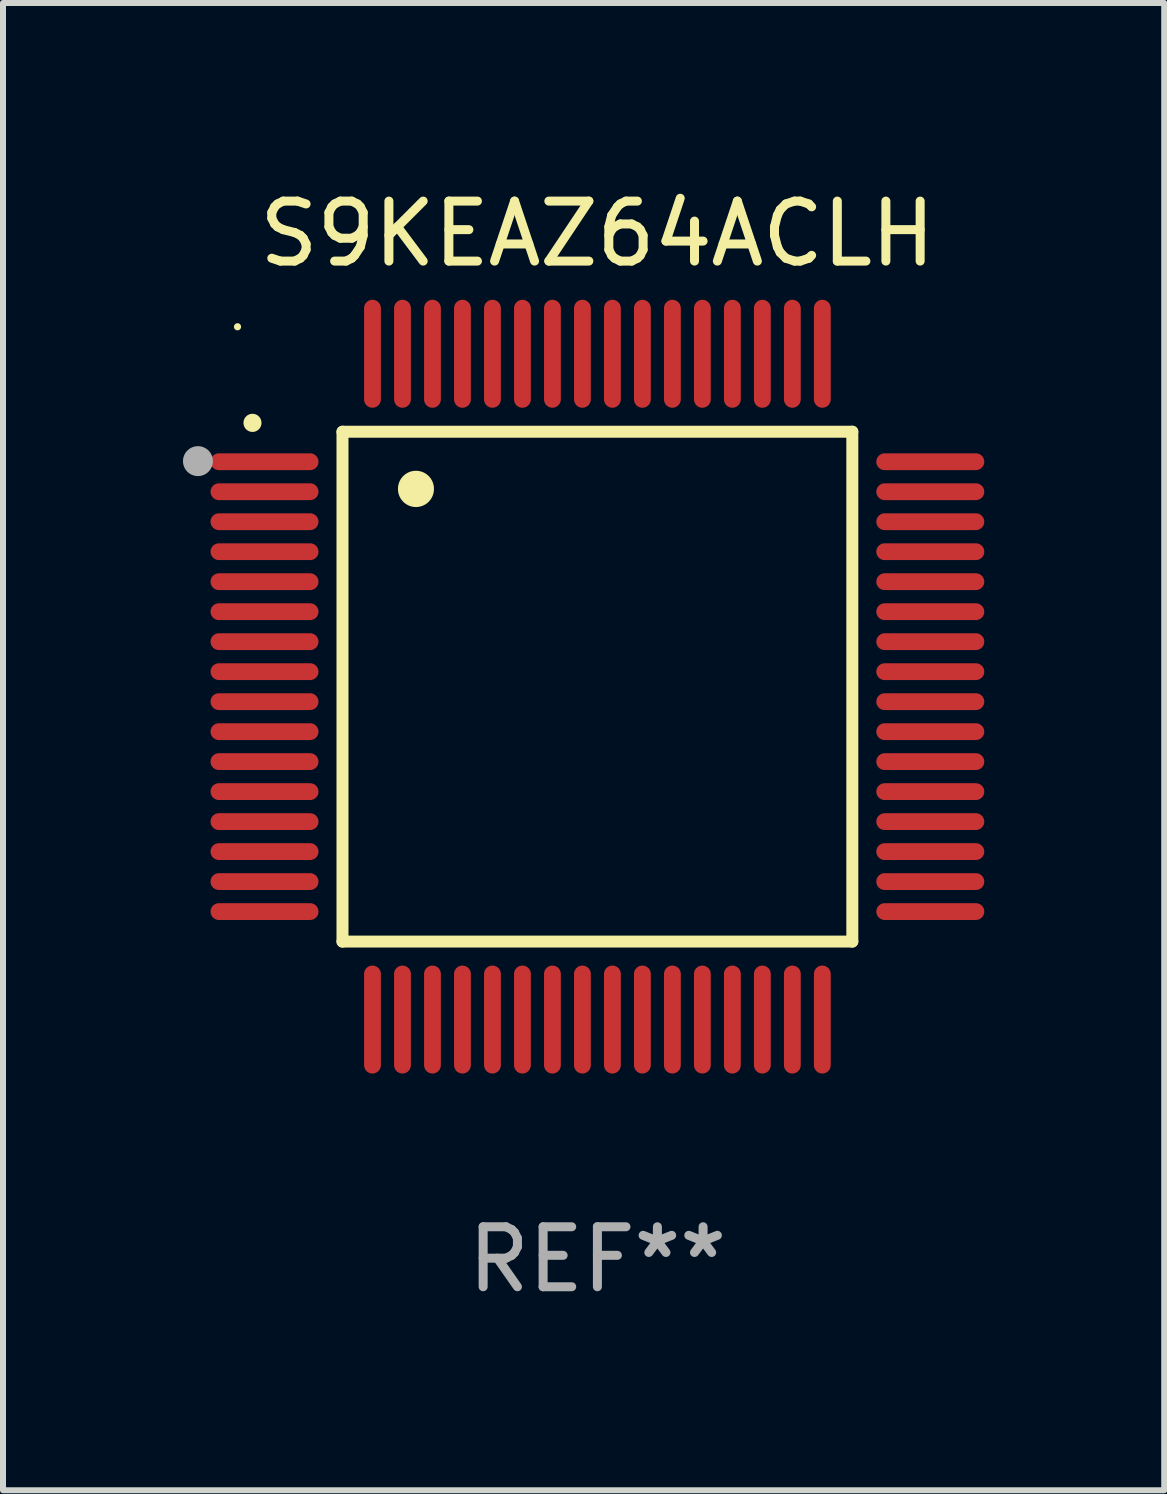
<source format=kicad_pcb>
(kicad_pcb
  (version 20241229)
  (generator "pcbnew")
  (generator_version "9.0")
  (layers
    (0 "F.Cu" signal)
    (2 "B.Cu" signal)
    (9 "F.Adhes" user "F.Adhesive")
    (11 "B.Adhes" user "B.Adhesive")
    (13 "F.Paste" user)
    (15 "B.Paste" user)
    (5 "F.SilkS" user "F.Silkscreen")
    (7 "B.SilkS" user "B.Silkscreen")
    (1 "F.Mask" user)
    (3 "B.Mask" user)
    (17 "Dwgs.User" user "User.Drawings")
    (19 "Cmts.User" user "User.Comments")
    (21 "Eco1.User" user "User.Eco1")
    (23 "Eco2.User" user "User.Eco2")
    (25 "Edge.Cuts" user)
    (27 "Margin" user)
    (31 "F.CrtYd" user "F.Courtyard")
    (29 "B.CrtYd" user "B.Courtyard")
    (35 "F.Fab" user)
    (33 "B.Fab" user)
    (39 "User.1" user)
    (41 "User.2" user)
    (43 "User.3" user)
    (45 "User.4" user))
  (footprint "S9KEAZ64ACLH"
    (layer "F.Cu")
    (at 6.91 8.398)
    (property "Reference" "S9KEAZ64ACLH" (at 0 -7.55 0) (layer "F.SilkS") (effects (font (size 1 1) (thickness 0.15))))
    (attr through_hole)
    (fp_line (start -4.25 -4.25) (end -4.25 4.25) (stroke (width 0.2) (type solid)) (layer "F.SilkS"))
    (fp_line (start -4.25 4.25) (end 4.25 4.25) (stroke (width 0.2) (type solid)) (layer "F.SilkS"))
    (fp_line (start 4.25 -4.25) (end -4.25 -4.25) (stroke (width 0.2) (type solid)) (layer "F.SilkS"))
    (fp_line (start 4.25 4.25) (end 4.25 -4.25) (stroke (width 0.2) (type solid)) (layer "F.SilkS"))
    (fp_arc (start -5.750572 -4.396749) (mid -5.750577 -4.398019) (end -5.750572 -4.399289) (stroke (width 0.3) (type solid)) (layer "F.SilkS"))
    (fp_arc (start -3.025146 -3.294387) (mid -3.025157 -3.296927) (end -3.025146 -3.299467) (stroke (width 0.6) (type solid)) (layer "F.SilkS"))
    (fp_circle (center -6 -6) (end -5.97 -6) (stroke (width 0.06) (type solid)) (fill no) (layer "F.SilkS"))
    (fp_circle (center -6.66 -3.76) (end -6.535 -3.76) (stroke (width 0.25) (type solid)) (fill no) (layer "F.Fab"))
    (fp_text user "REF**" (at 0 9.55 0) (layer "F.Fab") (effects (font (size 1 1) (thickness 0.15))))
    (pad "1" smd oval (at -5.55 -3.75) (size 1.8 0.28) (layers "F.Cu" "F.Mask" "F.Paste"))
    (pad "2" smd oval (at -5.55 -3.25) (size 1.8 0.28) (layers "F.Cu" "F.Mask" "F.Paste"))
    (pad "3" smd oval (at -5.55 -2.75) (size 1.8 0.28) (layers "F.Cu" "F.Mask" "F.Paste"))
    (pad "4" smd oval (at -5.55 -2.25) (size 1.8 0.28) (layers "F.Cu" "F.Mask" "F.Paste"))
    (pad "5" smd oval (at -5.55 -1.75) (size 1.8 0.28) (layers "F.Cu" "F.Mask" "F.Paste"))
    (pad "6" smd oval (at -5.55 -1.25) (size 1.8 0.28) (layers "F.Cu" "F.Mask" "F.Paste"))
    (pad "7" smd oval (at -5.55 -0.75) (size 1.8 0.28) (layers "F.Cu" "F.Mask" "F.Paste"))
    (pad "8" smd oval (at -5.55 -0.25) (size 1.8 0.28) (layers "F.Cu" "F.Mask" "F.Paste"))
    (pad "9" smd oval (at -5.55 0.25) (size 1.8 0.28) (layers "F.Cu" "F.Mask" "F.Paste"))
    (pad "10" smd oval (at -5.55 0.75) (size 1.8 0.28) (layers "F.Cu" "F.Mask" "F.Paste"))
    (pad "11" smd oval (at -5.55 1.25) (size 1.8 0.28) (layers "F.Cu" "F.Mask" "F.Paste"))
    (pad "12" smd oval (at -5.55 1.75) (size 1.8 0.28) (layers "F.Cu" "F.Mask" "F.Paste"))
    (pad "13" smd oval (at -5.55 2.25) (size 1.8 0.28) (layers "F.Cu" "F.Mask" "F.Paste"))
    (pad "14" smd oval (at -5.55 2.75) (size 1.8 0.28) (layers "F.Cu" "F.Mask" "F.Paste"))
    (pad "15" smd oval (at -5.55 3.25) (size 1.8 0.28) (layers "F.Cu" "F.Mask" "F.Paste"))
    (pad "16" smd oval (at -5.55 3.75) (size 1.8 0.28) (layers "F.Cu" "F.Mask" "F.Paste"))
    (pad "17" smd oval (at -3.75 5.55) (size 0.28 1.8) (layers "F.Cu" "F.Mask" "F.Paste"))
    (pad "18" smd oval (at -3.25 5.55) (size 0.28 1.8) (layers "F.Cu" "F.Mask" "F.Paste"))
    (pad "19" smd oval (at -2.75 5.55) (size 0.28 1.8) (layers "F.Cu" "F.Mask" "F.Paste"))
    (pad "20" smd oval (at -2.25 5.55) (size 0.28 1.8) (layers "F.Cu" "F.Mask" "F.Paste"))
    (pad "21" smd oval (at -1.75 5.55) (size 0.28 1.8) (layers "F.Cu" "F.Mask" "F.Paste"))
    (pad "22" smd oval (at -1.25 5.55) (size 0.28 1.8) (layers "F.Cu" "F.Mask" "F.Paste"))
    (pad "23" smd oval (at -0.75 5.55) (size 0.28 1.8) (layers "F.Cu" "F.Mask" "F.Paste"))
    (pad "24" smd oval (at -0.25 5.55) (size 0.28 1.8) (layers "F.Cu" "F.Mask" "F.Paste"))
    (pad "25" smd oval (at 0.25 5.55) (size 0.28 1.8) (layers "F.Cu" "F.Mask" "F.Paste"))
    (pad "26" smd oval (at 0.75 5.55) (size 0.28 1.8) (layers "F.Cu" "F.Mask" "F.Paste"))
    (pad "27" smd oval (at 1.25 5.55) (size 0.28 1.8) (layers "F.Cu" "F.Mask" "F.Paste"))
    (pad "28" smd oval (at 1.75 5.55) (size 0.28 1.8) (layers "F.Cu" "F.Mask" "F.Paste"))
    (pad "29" smd oval (at 2.25 5.55) (size 0.28 1.8) (layers "F.Cu" "F.Mask" "F.Paste"))
    (pad "30" smd oval (at 2.75 5.55) (size 0.28 1.8) (layers "F.Cu" "F.Mask" "F.Paste"))
    (pad "31" smd oval (at 3.25 5.55) (size 0.28 1.8) (layers "F.Cu" "F.Mask" "F.Paste"))
    (pad "32" smd oval (at 3.75 5.55) (size 0.28 1.8) (layers "F.Cu" "F.Mask" "F.Paste"))
    (pad "33" smd oval (at 5.55 3.75) (size 1.8 0.28) (layers "F.Cu" "F.Mask" "F.Paste"))
    (pad "34" smd oval (at 5.55 3.25) (size 1.8 0.28) (layers "F.Cu" "F.Mask" "F.Paste"))
    (pad "35" smd oval (at 5.55 2.75) (size 1.8 0.28) (layers "F.Cu" "F.Mask" "F.Paste"))
    (pad "36" smd oval (at 5.55 2.25) (size 1.8 0.28) (layers "F.Cu" "F.Mask" "F.Paste"))
    (pad "37" smd oval (at 5.55 1.75) (size 1.8 0.28) (layers "F.Cu" "F.Mask" "F.Paste"))
    (pad "38" smd oval (at 5.55 1.25) (size 1.8 0.28) (layers "F.Cu" "F.Mask" "F.Paste"))
    (pad "39" smd oval (at 5.55 0.75) (size 1.8 0.28) (layers "F.Cu" "F.Mask" "F.Paste"))
    (pad "40" smd oval (at 5.55 0.25) (size 1.8 0.28) (layers "F.Cu" "F.Mask" "F.Paste"))
    (pad "41" smd oval (at 5.55 -0.25) (size 1.8 0.28) (layers "F.Cu" "F.Mask" "F.Paste"))
    (pad "42" smd oval (at 5.55 -0.75) (size 1.8 0.28) (layers "F.Cu" "F.Mask" "F.Paste"))
    (pad "43" smd oval (at 5.55 -1.25) (size 1.8 0.28) (layers "F.Cu" "F.Mask" "F.Paste"))
    (pad "44" smd oval (at 5.55 -1.75) (size 1.8 0.28) (layers "F.Cu" "F.Mask" "F.Paste"))
    (pad "45" smd oval (at 5.55 -2.25) (size 1.8 0.28) (layers "F.Cu" "F.Mask" "F.Paste"))
    (pad "46" smd oval (at 5.55 -2.75) (size 1.8 0.28) (layers "F.Cu" "F.Mask" "F.Paste"))
    (pad "47" smd oval (at 5.55 -3.25) (size 1.8 0.28) (layers "F.Cu" "F.Mask" "F.Paste"))
    (pad "48" smd oval (at 5.55 -3.75) (size 1.8 0.28) (layers "F.Cu" "F.Mask" "F.Paste"))
    (pad "49" smd oval (at 3.75 -5.55) (size 0.28 1.8) (layers "F.Cu" "F.Mask" "F.Paste"))
    (pad "50" smd oval (at 3.25 -5.55) (size 0.28 1.8) (layers "F.Cu" "F.Mask" "F.Paste"))
    (pad "51" smd oval (at 2.75 -5.55) (size 0.28 1.8) (layers "F.Cu" "F.Mask" "F.Paste"))
    (pad "52" smd oval (at 2.25 -5.55) (size 0.28 1.8) (layers "F.Cu" "F.Mask" "F.Paste"))
    (pad "53" smd oval (at 1.75 -5.55) (size 0.28 1.8) (layers "F.Cu" "F.Mask" "F.Paste"))
    (pad "54" smd oval (at 1.25 -5.55) (size 0.28 1.8) (layers "F.Cu" "F.Mask" "F.Paste"))
    (pad "55" smd oval (at 0.75 -5.55) (size 0.28 1.8) (layers "F.Cu" "F.Mask" "F.Paste"))
    (pad "56" smd oval (at 0.25 -5.55) (size 0.28 1.8) (layers "F.Cu" "F.Mask" "F.Paste"))
    (pad "57" smd oval (at -0.25 -5.55) (size 0.28 1.8) (layers "F.Cu" "F.Mask" "F.Paste"))
    (pad "58" smd oval (at -0.75 -5.55) (size 0.28 1.8) (layers "F.Cu" "F.Mask" "F.Paste"))
    (pad "59" smd oval (at -1.25 -5.55) (size 0.28 1.8) (layers "F.Cu" "F.Mask" "F.Paste"))
    (pad "60" smd oval (at -1.75 -5.55) (size 0.28 1.8) (layers "F.Cu" "F.Mask" "F.Paste"))
    (pad "61" smd oval (at -2.25 -5.55) (size 0.28 1.8) (layers "F.Cu" "F.Mask" "F.Paste"))
    (pad "62" smd oval (at -2.75 -5.55) (size 0.28 1.8) (layers "F.Cu" "F.Mask" "F.Paste"))
    (pad "63" smd oval (at -3.25 -5.55) (size 0.28 1.8) (layers "F.Cu" "F.Mask" "F.Paste"))
    (pad "64" smd oval (at -3.75 -5.55) (size 0.28 1.8) (layers "F.Cu" "F.Mask" "F.Paste")))
  (gr_rect
    (start -3 -3)
    (end 16.36 21.796)
    (stroke (width 0.1) (type default))
    (fill no)
    (layer "Edge.Cuts")))
</source>
